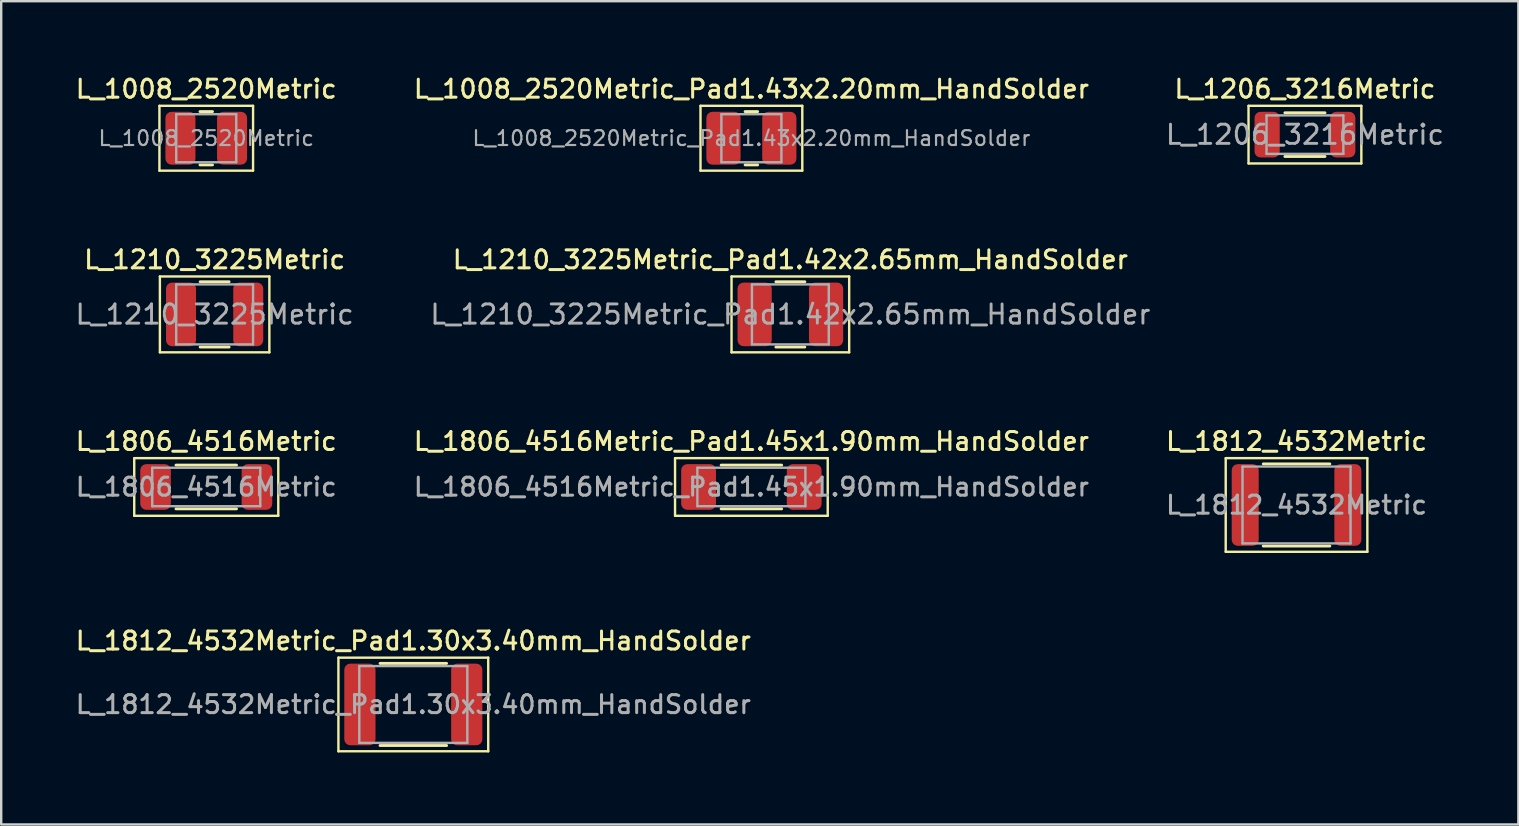
<source format=kicad_pcb>
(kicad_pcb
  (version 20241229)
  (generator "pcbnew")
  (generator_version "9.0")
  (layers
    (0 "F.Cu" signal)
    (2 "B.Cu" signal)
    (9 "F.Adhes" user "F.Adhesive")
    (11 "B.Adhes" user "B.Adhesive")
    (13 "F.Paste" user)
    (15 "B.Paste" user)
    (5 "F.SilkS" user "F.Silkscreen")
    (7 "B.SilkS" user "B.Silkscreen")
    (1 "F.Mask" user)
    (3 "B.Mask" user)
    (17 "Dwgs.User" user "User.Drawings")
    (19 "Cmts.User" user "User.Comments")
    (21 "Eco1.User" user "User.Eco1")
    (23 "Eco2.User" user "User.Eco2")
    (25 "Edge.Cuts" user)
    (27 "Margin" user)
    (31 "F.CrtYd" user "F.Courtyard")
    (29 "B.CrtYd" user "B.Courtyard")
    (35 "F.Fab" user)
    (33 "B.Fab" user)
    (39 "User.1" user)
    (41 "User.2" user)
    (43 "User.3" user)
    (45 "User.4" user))
  (footprint "L_1806_4516Metric_Pad1.45x1.90mm_HandSolder"
    (layer "F.Cu")
    (at 28.248 17.234)
    (property "Reference" "L_1806_4516Metric_Pad1.45x1.90mm_HandSolder" (at 0 -1.9 0) (layer "F.SilkS") (effects (font (size 0.75 0.75) (thickness 0.125))))
    (attr smd)
    (fp_line (start -3.18 -1.2) (end 3.18 -1.2) (stroke (width 0.1) (type solid)) (layer "F.SilkS"))
    (fp_line (start -3.18 1.2) (end -3.18 -1.2) (stroke (width 0.1) (type solid)) (layer "F.SilkS"))
    (fp_line (start -1.26 -0.91) (end 1.26 -0.91) (stroke (width 0.12) (type solid)) (layer "F.SilkS"))
    (fp_line (start -1.26 0.91) (end 1.26 0.91) (stroke (width 0.12) (type solid)) (layer "F.SilkS"))
    (fp_line (start 3.18 -1.2) (end 3.18 1.2) (stroke (width 0.1) (type solid)) (layer "F.SilkS"))
    (fp_line (start 3.18 1.2) (end -3.18 1.2) (stroke (width 0.1) (type solid)) (layer "F.SilkS"))
    (fp_line (start -2.25 -0.8) (end 2.25 -0.8) (stroke (width 0.1) (type solid)) (layer "F.Fab"))
    (fp_line (start -2.25 0.8) (end -2.25 -0.8) (stroke (width 0.1) (type solid)) (layer "F.Fab"))
    (fp_line (start 2.25 -0.8) (end 2.25 0.8) (stroke (width 0.1) (type solid)) (layer "F.Fab"))
    (fp_line (start 2.25 0.8) (end -2.25 0.8) (stroke (width 0.1) (type solid)) (layer "F.Fab"))
    (fp_text user "${REFERENCE}" (at 0 0 0) (layer "F.Fab") (effects (font (size 0.75 0.75) (thickness 0.125))))
    (pad "1" smd roundrect (at -2.2 0) (size 1.45 1.9) (layers "F.Cu" "F.Mask" "F.Paste") (roundrect_rratio 0.172))
    (pad "2" smd roundrect (at 2.2 0) (size 1.45 1.9) (layers "F.Cu" "F.Mask" "F.Paste") (roundrect_rratio 0.172)))
  (footprint "L_1008_2520Metric"
    (layer "F.Cu")
    (at 5.541 2.708)
    (property "Reference" "L_1008_2520Metric" (at 0 -2.05 0) (layer "F.SilkS") (effects (font (size 0.75 0.75) (thickness 0.125))))
    (attr smd)
    (fp_line (start -1.95 -1.35) (end 1.95 -1.35) (stroke (width 0.1) (type solid)) (layer "F.SilkS"))
    (fp_line (start -1.95 1.35) (end -1.95 -1.35) (stroke (width 0.1) (type solid)) (layer "F.SilkS"))
    (fp_line (start -0.261 -1.11) (end 0.261 -1.11) (stroke (width 0.12) (type solid)) (layer "F.SilkS"))
    (fp_line (start -0.261 1.11) (end 0.261 1.11) (stroke (width 0.12) (type solid)) (layer "F.SilkS"))
    (fp_line (start 1.95 -1.35) (end 1.95 1.35) (stroke (width 0.1) (type solid)) (layer "F.SilkS"))
    (fp_line (start 1.95 1.35) (end -1.95 1.35) (stroke (width 0.1) (type solid)) (layer "F.SilkS"))
    (fp_line (start -1.25 -1) (end 1.25 -1) (stroke (width 0.1) (type solid)) (layer "F.Fab"))
    (fp_line (start -1.25 1) (end -1.25 -1) (stroke (width 0.1) (type solid)) (layer "F.Fab"))
    (fp_line (start 1.25 -1) (end 1.25 1) (stroke (width 0.1) (type solid)) (layer "F.Fab"))
    (fp_line (start 1.25 1) (end -1.25 1) (stroke (width 0.1) (type solid)) (layer "F.Fab"))
    (fp_text user "${REFERENCE}" (at 0 0 0) (layer "F.Fab") (effects (font (size 0.62 0.62) (thickness 0.09))))
    (pad "1" smd roundrect (at -1.075 0) (size 1.25 2.2) (layers "F.Cu" "F.Mask" "F.Paste") (roundrect_rratio 0.2))
    (pad "2" smd roundrect (at 1.075 0) (size 1.25 2.2) (layers "F.Cu" "F.Mask" "F.Paste") (roundrect_rratio 0.2)))
  (footprint "L_1812_4532Metric_Pad1.30x3.40mm_HandSolder"
    (layer "F.Cu")
    (at 14.166 26.293)
    (property "Reference" "L_1812_4532Metric_Pad1.30x3.40mm_HandSolder" (at 0 -2.65 0) (layer "F.SilkS") (effects (font (size 0.75 0.75) (thickness 0.125))))
    (attr smd)
    (fp_line (start -3.12 -1.95) (end 3.12 -1.95) (stroke (width 0.1) (type solid)) (layer "F.SilkS"))
    (fp_line (start -3.12 1.95) (end -3.12 -1.95) (stroke (width 0.1) (type solid)) (layer "F.SilkS"))
    (fp_line (start -1.386 -1.71) (end 1.386 -1.71) (stroke (width 0.12) (type solid)) (layer "F.SilkS"))
    (fp_line (start -1.386 1.71) (end 1.386 1.71) (stroke (width 0.12) (type solid)) (layer "F.SilkS"))
    (fp_line (start 3.12 -1.95) (end 3.12 1.95) (stroke (width 0.1) (type solid)) (layer "F.SilkS"))
    (fp_line (start 3.12 1.95) (end -3.12 1.95) (stroke (width 0.1) (type solid)) (layer "F.SilkS"))
    (fp_line (start -2.25 -1.6) (end 2.25 -1.6) (stroke (width 0.1) (type solid)) (layer "F.Fab"))
    (fp_line (start -2.25 1.6) (end -2.25 -1.6) (stroke (width 0.1) (type solid)) (layer "F.Fab"))
    (fp_line (start 2.25 -1.6) (end 2.25 1.6) (stroke (width 0.1) (type solid)) (layer "F.Fab"))
    (fp_line (start 2.25 1.6) (end -2.25 1.6) (stroke (width 0.1) (type solid)) (layer "F.Fab"))
    (fp_text user "${REFERENCE}" (at 0 0 0) (layer "F.Fab") (effects (font (size 0.75 0.75) (thickness 0.125))))
    (pad "1" smd roundrect (at -2.225 0) (size 1.3 3.4) (layers "F.Cu" "F.Mask" "F.Paste") (roundrect_rratio 0.192))
    (pad "2" smd roundrect (at 2.225 0) (size 1.3 3.4) (layers "F.Cu" "F.Mask" "F.Paste") (roundrect_rratio 0.192)))
  (footprint "L_1210_3225Metric_Pad1.42x2.65mm_HandSolder"
    (layer "F.Cu")
    (at 29.871 10.046)
    (property "Reference" "L_1210_3225Metric_Pad1.42x2.65mm_HandSolder" (at 0 -2.28 0) (layer "F.SilkS") (effects (font (size 0.75 0.75) (thickness 0.125))))
    (attr smd)
    (fp_line (start -2.45 -1.58) (end 2.45 -1.58) (stroke (width 0.1) (type solid)) (layer "F.SilkS"))
    (fp_line (start -2.45 1.58) (end -2.45 -1.58) (stroke (width 0.1) (type solid)) (layer "F.SilkS"))
    (fp_line (start -0.602 -1.36) (end 0.602 -1.36) (stroke (width 0.12) (type solid)) (layer "F.SilkS"))
    (fp_line (start -0.602 1.36) (end 0.602 1.36) (stroke (width 0.12) (type solid)) (layer "F.SilkS"))
    (fp_line (start 2.45 -1.58) (end 2.45 1.58) (stroke (width 0.1) (type solid)) (layer "F.SilkS"))
    (fp_line (start 2.45 1.58) (end -2.45 1.58) (stroke (width 0.1) (type solid)) (layer "F.SilkS"))
    (fp_line (start -1.6 -1.25) (end 1.6 -1.25) (stroke (width 0.1) (type solid)) (layer "F.Fab"))
    (fp_line (start -1.6 1.25) (end -1.6 -1.25) (stroke (width 0.1) (type solid)) (layer "F.Fab"))
    (fp_line (start 1.6 -1.25) (end 1.6 1.25) (stroke (width 0.1) (type solid)) (layer "F.Fab"))
    (fp_line (start 1.6 1.25) (end -1.6 1.25) (stroke (width 0.1) (type solid)) (layer "F.Fab"))
    (fp_text user "${REFERENCE}" (at 0 0 0) (layer "F.Fab") (effects (font (size 0.8 0.8) (thickness 0.12))))
    (pad "1" smd roundrect (at -1.488 0) (size 1.425 2.65) (layers "F.Cu" "F.Mask" "F.Paste") (roundrect_rratio 0.175))
    (pad "2" smd roundrect (at 1.488 0) (size 1.425 2.65) (layers "F.Cu" "F.Mask" "F.Paste") (roundrect_rratio 0.175)))
  (footprint "L_1206_3216Metric"
    (layer "F.Cu")
    (at 51.305 2.558)
    (property "Reference" "L_1206_3216Metric" (at 0 -1.9 0) (layer "F.SilkS") (effects (font (size 0.75 0.75) (thickness 0.125))))
    (attr smd)
    (fp_line (start -2.35 -1.2) (end 2.35 -1.2) (stroke (width 0.1) (type solid)) (layer "F.SilkS"))
    (fp_line (start -2.35 1.2) (end -2.35 -1.2) (stroke (width 0.1) (type solid)) (layer "F.SilkS"))
    (fp_line (start -0.835 -0.91) (end 0.835 -0.91) (stroke (width 0.12) (type solid)) (layer "F.SilkS"))
    (fp_line (start -0.835 0.91) (end 0.835 0.91) (stroke (width 0.12) (type solid)) (layer "F.SilkS"))
    (fp_line (start 2.35 -1.2) (end 2.35 1.2) (stroke (width 0.1) (type solid)) (layer "F.SilkS"))
    (fp_line (start 2.35 1.2) (end -2.35 1.2) (stroke (width 0.1) (type solid)) (layer "F.SilkS"))
    (fp_line (start -1.6 -0.8) (end 1.6 -0.8) (stroke (width 0.1) (type solid)) (layer "F.Fab"))
    (fp_line (start -1.6 0.8) (end -1.6 -0.8) (stroke (width 0.1) (type solid)) (layer "F.Fab"))
    (fp_line (start 1.6 -0.8) (end 1.6 0.8) (stroke (width 0.1) (type solid)) (layer "F.Fab"))
    (fp_line (start 1.6 0.8) (end -1.6 0.8) (stroke (width 0.1) (type solid)) (layer "F.Fab"))
    (fp_text user "${REFERENCE}" (at 0 0 0) (layer "F.Fab") (effects (font (size 0.8 0.8) (thickness 0.12))))
    (pad "1" smd roundrect (at -1.575 0) (size 1.05 1.9) (layers "F.Cu" "F.Mask" "F.Paste") (roundrect_rratio 0.238))
    (pad "2" smd roundrect (at 1.575 0) (size 1.05 1.9) (layers "F.Cu" "F.Mask" "F.Paste") (roundrect_rratio 0.238)))
  (footprint "L_1210_3225Metric"
    (layer "F.Cu")
    (at 5.89 10.046)
    (property "Reference" "L_1210_3225Metric" (at 0 -2.28 0) (layer "F.SilkS") (effects (font (size 0.75 0.75) (thickness 0.125))))
    (attr smd)
    (fp_line (start -2.28 -1.58) (end 2.28 -1.58) (stroke (width 0.1) (type solid)) (layer "F.SilkS"))
    (fp_line (start -2.28 1.58) (end -2.28 -1.58) (stroke (width 0.1) (type solid)) (layer "F.SilkS"))
    (fp_line (start -0.602 -1.36) (end 0.602 -1.36) (stroke (width 0.12) (type solid)) (layer "F.SilkS"))
    (fp_line (start -0.602 1.36) (end 0.602 1.36) (stroke (width 0.12) (type solid)) (layer "F.SilkS"))
    (fp_line (start 2.28 -1.58) (end 2.28 1.58) (stroke (width 0.1) (type solid)) (layer "F.SilkS"))
    (fp_line (start 2.28 1.58) (end -2.28 1.58) (stroke (width 0.1) (type solid)) (layer "F.SilkS"))
    (fp_line (start -1.6 -1.25) (end 1.6 -1.25) (stroke (width 0.1) (type solid)) (layer "F.Fab"))
    (fp_line (start -1.6 1.25) (end -1.6 -1.25) (stroke (width 0.1) (type solid)) (layer "F.Fab"))
    (fp_line (start 1.6 -1.25) (end 1.6 1.25) (stroke (width 0.1) (type solid)) (layer "F.Fab"))
    (fp_line (start 1.6 1.25) (end -1.6 1.25) (stroke (width 0.1) (type solid)) (layer "F.Fab"))
    (fp_text user "${REFERENCE}" (at 0 0 0) (layer "F.Fab") (effects (font (size 0.8 0.8) (thickness 0.12))))
    (pad "1" smd roundrect (at -1.4 0) (size 1.25 2.65) (layers "F.Cu" "F.Mask" "F.Paste") (roundrect_rratio 0.2))
    (pad "2" smd roundrect (at 1.4 0) (size 1.25 2.65) (layers "F.Cu" "F.Mask" "F.Paste") (roundrect_rratio 0.2)))
  (footprint "L_1812_4532Metric"
    (layer "F.Cu")
    (at 50.955 17.984)
    (property "Reference" "L_1812_4532Metric" (at 0 -2.65 0) (layer "F.SilkS") (effects (font (size 0.75 0.75) (thickness 0.125))))
    (attr smd)
    (fp_line (start -2.95 -1.95) (end 2.95 -1.95) (stroke (width 0.1) (type solid)) (layer "F.SilkS"))
    (fp_line (start -2.95 1.95) (end -2.95 -1.95) (stroke (width 0.1) (type solid)) (layer "F.SilkS"))
    (fp_line (start -1.386 -1.71) (end 1.386 -1.71) (stroke (width 0.12) (type solid)) (layer "F.SilkS"))
    (fp_line (start -1.386 1.71) (end 1.386 1.71) (stroke (width 0.12) (type solid)) (layer "F.SilkS"))
    (fp_line (start 2.95 -1.95) (end 2.95 1.95) (stroke (width 0.1) (type solid)) (layer "F.SilkS"))
    (fp_line (start 2.95 1.95) (end -2.95 1.95) (stroke (width 0.1) (type solid)) (layer "F.SilkS"))
    (fp_line (start -2.25 -1.6) (end 2.25 -1.6) (stroke (width 0.1) (type solid)) (layer "F.Fab"))
    (fp_line (start -2.25 1.6) (end -2.25 -1.6) (stroke (width 0.1) (type solid)) (layer "F.Fab"))
    (fp_line (start 2.25 -1.6) (end 2.25 1.6) (stroke (width 0.1) (type solid)) (layer "F.Fab"))
    (fp_line (start 2.25 1.6) (end -2.25 1.6) (stroke (width 0.1) (type solid)) (layer "F.Fab"))
    (fp_text user "${REFERENCE}" (at 0 0 0) (layer "F.Fab") (effects (font (size 0.75 0.75) (thickness 0.125))))
    (pad "1" smd roundrect (at -2.138 0) (size 1.125 3.4) (layers "F.Cu" "F.Mask" "F.Paste") (roundrect_rratio 0.222))
    (pad "2" smd roundrect (at 2.138 0) (size 1.125 3.4) (layers "F.Cu" "F.Mask" "F.Paste") (roundrect_rratio 0.222)))
  (footprint "L_1806_4516Metric"
    (layer "F.Cu")
    (at 5.541 17.234)
    (property "Reference" "L_1806_4516Metric" (at 0 -1.9 0) (layer "F.SilkS") (effects (font (size 0.75 0.75) (thickness 0.125))))
    (attr smd)
    (fp_line (start -3 -1.2) (end 3 -1.2) (stroke (width 0.1) (type solid)) (layer "F.SilkS"))
    (fp_line (start -3 1.2) (end -3 -1.2) (stroke (width 0.1) (type solid)) (layer "F.SilkS"))
    (fp_line (start -1.26 -0.91) (end 1.26 -0.91) (stroke (width 0.12) (type solid)) (layer "F.SilkS"))
    (fp_line (start -1.26 0.91) (end 1.26 0.91) (stroke (width 0.12) (type solid)) (layer "F.SilkS"))
    (fp_line (start 3 -1.2) (end 3 1.2) (stroke (width 0.1) (type solid)) (layer "F.SilkS"))
    (fp_line (start 3 1.2) (end -3 1.2) (stroke (width 0.1) (type solid)) (layer "F.SilkS"))
    (fp_line (start -2.25 -0.8) (end 2.25 -0.8) (stroke (width 0.1) (type solid)) (layer "F.Fab"))
    (fp_line (start -2.25 0.8) (end -2.25 -0.8) (stroke (width 0.1) (type solid)) (layer "F.Fab"))
    (fp_line (start 2.25 -0.8) (end 2.25 0.8) (stroke (width 0.1) (type solid)) (layer "F.Fab"))
    (fp_line (start 2.25 0.8) (end -2.25 0.8) (stroke (width 0.1) (type solid)) (layer "F.Fab"))
    (fp_text user "${REFERENCE}" (at 0 0 0) (layer "F.Fab") (effects (font (size 0.75 0.75) (thickness 0.125))))
    (pad "1" smd roundrect (at -2.112 0) (size 1.275 1.9) (layers "F.Cu" "F.Mask" "F.Paste") (roundrect_rratio 0.196))
    (pad "2" smd roundrect (at 2.112 0) (size 1.275 1.9) (layers "F.Cu" "F.Mask" "F.Paste") (roundrect_rratio 0.196)))
  (footprint "L_1008_2520Metric_Pad1.43x2.20mm_HandSolder"
    (layer "F.Cu")
    (at 28.248 2.708)
    (property "Reference" "L_1008_2520Metric_Pad1.43x2.20mm_HandSolder" (at 0 -2.05 0) (layer "F.SilkS") (effects (font (size 0.75 0.75) (thickness 0.125))))
    (attr smd)
    (fp_line (start -2.12 -1.35) (end 2.12 -1.35) (stroke (width 0.1) (type solid)) (layer "F.SilkS"))
    (fp_line (start -2.12 1.35) (end -2.12 -1.35) (stroke (width 0.1) (type solid)) (layer "F.SilkS"))
    (fp_line (start -0.261 -1.11) (end 0.261 -1.11) (stroke (width 0.12) (type solid)) (layer "F.SilkS"))
    (fp_line (start -0.261 1.11) (end 0.261 1.11) (stroke (width 0.12) (type solid)) (layer "F.SilkS"))
    (fp_line (start 2.12 -1.35) (end 2.12 1.35) (stroke (width 0.1) (type solid)) (layer "F.SilkS"))
    (fp_line (start 2.12 1.35) (end -2.12 1.35) (stroke (width 0.1) (type solid)) (layer "F.SilkS"))
    (fp_line (start -1.25 -1) (end 1.25 -1) (stroke (width 0.1) (type solid)) (layer "F.Fab"))
    (fp_line (start -1.25 1) (end -1.25 -1) (stroke (width 0.1) (type solid)) (layer "F.Fab"))
    (fp_line (start 1.25 -1) (end 1.25 1) (stroke (width 0.1) (type solid)) (layer "F.Fab"))
    (fp_line (start 1.25 1) (end -1.25 1) (stroke (width 0.1) (type solid)) (layer "F.Fab"))
    (fp_text user "${REFERENCE}" (at 0 0 0) (layer "F.Fab") (effects (font (size 0.62 0.62) (thickness 0.09))))
    (pad "1" smd roundrect (at -1.163 0) (size 1.425 2.2) (layers "F.Cu" "F.Mask" "F.Paste") (roundrect_rratio 0.175))
    (pad "2" smd roundrect (at 1.163 0) (size 1.425 2.2) (layers "F.Cu" "F.Mask" "F.Paste") (roundrect_rratio 0.175)))
  (gr_rect
    (start -3 -3)
    (end 60.195 31.293)
    (stroke (width 0.1) (type default))
    (fill no)
    (layer "Edge.Cuts")))
</source>
